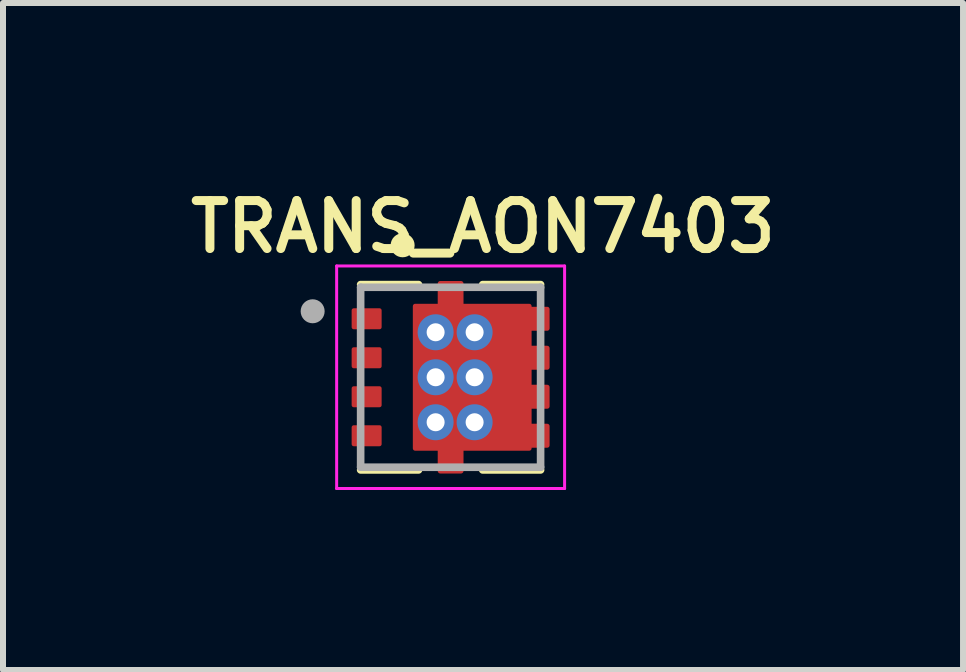
<source format=kicad_pcb>
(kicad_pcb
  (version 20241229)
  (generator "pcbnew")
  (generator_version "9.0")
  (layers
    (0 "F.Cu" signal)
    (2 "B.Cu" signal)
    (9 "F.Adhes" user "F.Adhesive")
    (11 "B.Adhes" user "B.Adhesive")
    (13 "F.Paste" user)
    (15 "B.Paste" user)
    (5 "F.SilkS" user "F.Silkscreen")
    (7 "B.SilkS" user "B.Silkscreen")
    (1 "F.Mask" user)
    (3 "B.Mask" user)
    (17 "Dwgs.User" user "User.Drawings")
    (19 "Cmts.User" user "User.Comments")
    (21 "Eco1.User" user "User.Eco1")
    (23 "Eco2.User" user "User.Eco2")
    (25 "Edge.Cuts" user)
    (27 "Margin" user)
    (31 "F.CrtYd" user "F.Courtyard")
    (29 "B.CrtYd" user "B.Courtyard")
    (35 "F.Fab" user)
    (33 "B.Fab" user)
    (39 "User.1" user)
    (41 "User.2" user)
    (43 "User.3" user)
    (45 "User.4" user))
  (footprint "TRANS_AON7403"
    (layer "F.Cu")
    (at 4.462 3.239)
    (property "Reference" "TRANS_AON7403" (at 0.54 -2.508 0) (layer "F.SilkS") (effects (font (size 0.8 0.8) (thickness 0.15))))
    (attr smd)
    (fp_line (start -0.535 -1.545) (end -1.5 -1.545) (stroke (width 0.127) (type solid)) (layer "F.SilkS"))
    (fp_line (start -0.535 1.545) (end -1.5 1.545) (stroke (width 0.127) (type solid)) (layer "F.SilkS"))
    (fp_line (start 0.535 -1.545) (end 1.5 -1.545) (stroke (width 0.127) (type solid)) (layer "F.SilkS"))
    (fp_line (start 0.535 1.545) (end 1.5 1.545) (stroke (width 0.127) (type solid)) (layer "F.SilkS"))
    (fp_circle (center -0.8 -2.2) (end -0.7 -2.2) (stroke (width 0.2) (type solid)) (fill no) (layer "F.SilkS"))
    (fp_line (start -1.9 -1.855) (end 1.9 -1.855) (stroke (width 0.05) (type solid)) (layer "F.CrtYd"))
    (fp_line (start -1.9 1.855) (end -1.9 -1.855) (stroke (width 0.05) (type solid)) (layer "F.CrtYd"))
    (fp_line (start 1.9 -1.855) (end 1.9 1.855) (stroke (width 0.05) (type solid)) (layer "F.CrtYd"))
    (fp_line (start 1.9 1.855) (end -1.9 1.855) (stroke (width 0.05) (type solid)) (layer "F.CrtYd"))
    (fp_line (start -1.5 -1.5) (end -1.5 1.5) (stroke (width 0.127) (type solid)) (layer "F.Fab"))
    (fp_line (start -1.5 1.5) (end 1.5 1.5) (stroke (width 0.127) (type solid)) (layer "F.Fab"))
    (fp_line (start 1.5 -1.5) (end -1.5 -1.5) (stroke (width 0.127) (type solid)) (layer "F.Fab"))
    (fp_line (start 1.5 1.5) (end 1.5 -1.5) (stroke (width 0.127) (type solid)) (layer "F.Fab"))
    (fp_circle (center -2.3 -1.1) (end -2.2 -1.1) (stroke (width 0.2) (type solid)) (fill no) (layer "F.Fab"))
    (pad "" smd roundrect (at -0.2 -0.5) (size 0.75 0.9) (layers "F.Paste") (roundrect_rratio 0.25))
    (pad "" smd roundrect (at -0.2 0.5) (size 0.75 0.9) (layers "F.Paste") (roundrect_rratio 0.25))
    (pad "" smd roundrect (at 0.7 -0.5) (size 0.75 0.9) (layers "F.Paste") (roundrect_rratio 0.25))
    (pad "" smd roundrect (at 0.7 0.5) (size 0.75 0.9) (layers "F.Paste") (roundrect_rratio 0.25))
    (pad "1" smd roundrect (at -1.4 0.975) (size 0.5 0.35) (layers "F.Cu" "F.Mask" "F.Paste") (roundrect_rratio 0.1))
    (pad "2" thru_hole circle (at -0.25 -0.75) (size 0.6 0.6) (drill 0.3) (layers "*.Cu" "*.Mask"))
    (pad "2" thru_hole circle (at -0.25 0) (size 0.6 0.6) (drill 0.3) (layers "*.Cu" "*.Mask"))
    (pad "2" thru_hole circle (at -0.25 0.75) (size 0.6 0.6) (drill 0.3) (layers "*.Cu" "*.Mask"))
    (pad "2" smd roundrect (at 0 -1.315) (size 0.43 0.58) (layers "F.Cu" "F.Mask" "F.Paste") (roundrect_rratio 0.1))
    (pad "2" smd roundrect (at 0 1.315) (size 0.43 0.58) (layers "F.Cu" "F.Mask" "F.Paste") (roundrect_rratio 0.1))
    (pad "2" smd roundrect (at 0.36 0) (size 1.98 2.45) (layers "F.Cu" "F.Mask") (roundrect_rratio 0.02))
    (pad "2" thru_hole circle (at 0.4 -0.75) (size 0.6 0.6) (drill 0.3) (layers "*.Cu" "*.Mask"))
    (pad "2" thru_hole circle (at 0.4 0) (size 0.6 0.6) (drill 0.3) (layers "*.Cu" "*.Mask"))
    (pad "2" thru_hole circle (at 0.4 0.75) (size 0.6 0.6) (drill 0.3) (layers "*.Cu" "*.Mask"))
    (pad "2" smd roundrect (at 1.4 -0.975) (size 0.5 0.4) (layers "F.Cu" "F.Mask" "F.Paste") (roundrect_rratio 0.1))
    (pad "2" smd roundrect (at 1.4 -0.325) (size 0.5 0.4) (layers "F.Cu" "F.Mask" "F.Paste") (roundrect_rratio 0.1))
    (pad "2" smd roundrect (at 1.4 0.325) (size 0.5 0.4) (layers "F.Cu" "F.Mask" "F.Paste") (roundrect_rratio 0.1))
    (pad "2" smd roundrect (at 1.4 0.975) (size 0.5 0.4) (layers "F.Cu" "F.Mask" "F.Paste") (roundrect_rratio 0.1))
    (pad "3" smd roundrect (at -1.4 -0.975) (size 0.5 0.35) (layers "F.Cu" "F.Mask" "F.Paste") (roundrect_rratio 0.1))
    (pad "3" smd roundrect (at -1.4 -0.325) (size 0.5 0.35) (layers "F.Cu" "F.Mask" "F.Paste") (roundrect_rratio 0.1))
    (pad "3" smd roundrect (at -1.4 0.325) (size 0.5 0.35) (layers "F.Cu" "F.Mask" "F.Paste") (roundrect_rratio 0.1)))
  (gr_rect
    (start -3 -3)
    (end 13.004 8.119)
    (stroke (width 0.1) (type default))
    (fill no)
    (layer "Edge.Cuts")))
</source>
